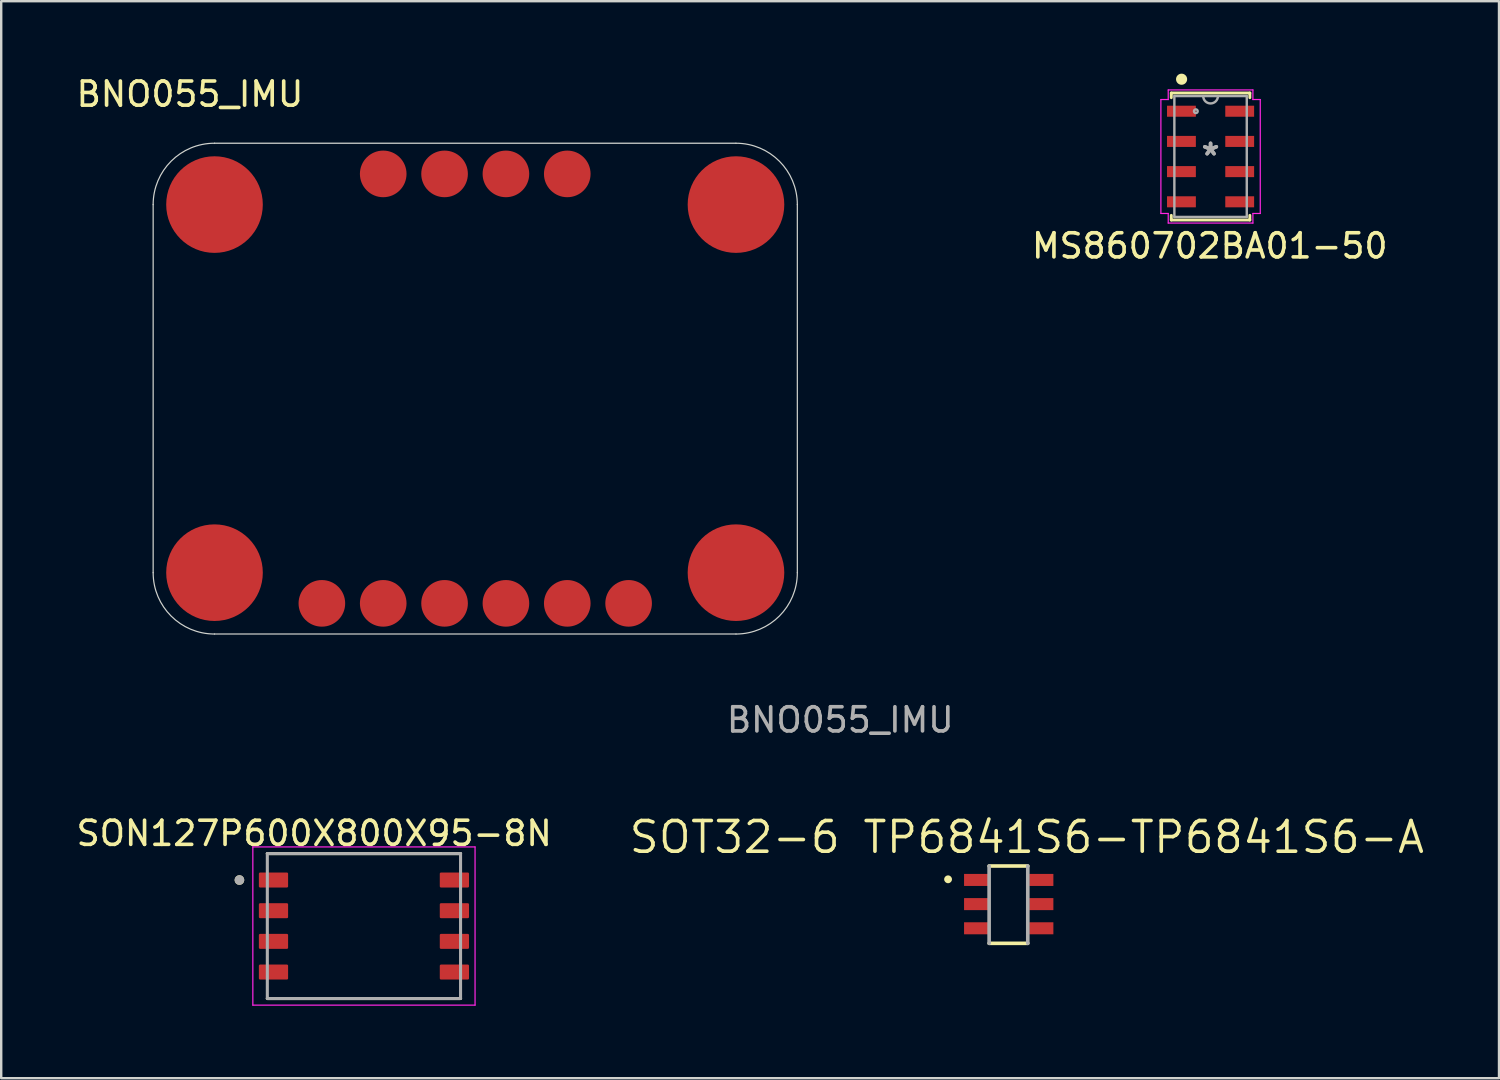
<source format=kicad_pcb>
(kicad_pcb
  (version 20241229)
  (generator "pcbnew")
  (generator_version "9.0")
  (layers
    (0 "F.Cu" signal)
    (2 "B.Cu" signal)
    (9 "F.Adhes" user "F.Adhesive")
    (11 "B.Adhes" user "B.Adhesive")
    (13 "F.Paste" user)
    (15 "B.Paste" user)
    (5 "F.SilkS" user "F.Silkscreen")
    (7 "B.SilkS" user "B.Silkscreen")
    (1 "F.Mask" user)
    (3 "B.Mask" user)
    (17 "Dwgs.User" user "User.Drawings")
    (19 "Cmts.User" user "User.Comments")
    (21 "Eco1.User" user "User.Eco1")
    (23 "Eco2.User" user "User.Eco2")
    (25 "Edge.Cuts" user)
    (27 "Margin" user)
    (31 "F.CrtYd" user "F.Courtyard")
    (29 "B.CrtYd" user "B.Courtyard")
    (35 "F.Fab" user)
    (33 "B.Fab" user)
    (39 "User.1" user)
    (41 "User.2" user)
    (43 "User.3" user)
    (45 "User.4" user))
  (footprint "SON127P600X800X95-8N"
    (layer "F.Cu")
    (at 12.018 35.29)
    (property "Reference" "SON127P600X800X95-8N" (at -2.06 -3.837 0) (layer "F.SilkS") (effects (font (size 1 1) (thickness 0.15))))
    (attr smd)
    (fp_line (start -4 -3) (end 4 -3) (stroke (width 0.127) (type solid)) (layer "F.SilkS"))
    (fp_line (start -4 3) (end 4 3) (stroke (width 0.127) (type solid)) (layer "F.SilkS"))
    (fp_circle (center -5.155 -1.905) (end -5.055 -1.905) (stroke (width 0.2) (type solid)) (fill no) (layer "F.SilkS"))
    (fp_line (start -4.6 -3.275) (end -4.6 3.275) (stroke (width 0.05) (type solid)) (layer "F.CrtYd"))
    (fp_line (start -4.6 -3.275) (end 4.6 -3.275) (stroke (width 0.05) (type solid)) (layer "F.CrtYd"))
    (fp_line (start -4.6 3.275) (end 4.6 3.275) (stroke (width 0.05) (type solid)) (layer "F.CrtYd"))
    (fp_line (start 4.6 -3.275) (end 4.6 3.275) (stroke (width 0.05) (type solid)) (layer "F.CrtYd"))
    (fp_line (start -4 -3) (end -4 3) (stroke (width 0.127) (type solid)) (layer "F.Fab"))
    (fp_line (start -4 -3) (end 4 -3) (stroke (width 0.127) (type solid)) (layer "F.Fab"))
    (fp_line (start -4 3) (end 4 3) (stroke (width 0.127) (type solid)) (layer "F.Fab"))
    (fp_line (start 4 -3) (end 4 3) (stroke (width 0.127) (type solid)) (layer "F.Fab"))
    (fp_circle (center -5.155 -1.905) (end -5.055 -1.905) (stroke (width 0.2) (type solid)) (fill no) (layer "F.Fab"))
    (pad "1" smd roundrect (at -3.745 -1.905) (size 1.21 0.62) (layers "F.Cu" "F.Mask" "F.Paste") (roundrect_rratio 0.08))
    (pad "2" smd roundrect (at -3.745 -0.635) (size 1.21 0.62) (layers "F.Cu" "F.Mask" "F.Paste") (roundrect_rratio 0.08))
    (pad "3" smd roundrect (at -3.745 0.635) (size 1.21 0.62) (layers "F.Cu" "F.Mask" "F.Paste") (roundrect_rratio 0.08))
    (pad "4" smd roundrect (at -3.745 1.905) (size 1.21 0.62) (layers "F.Cu" "F.Mask" "F.Paste") (roundrect_rratio 0.08))
    (pad "5" smd roundrect (at 3.745 1.905) (size 1.21 0.62) (layers "F.Cu" "F.Mask" "F.Paste") (roundrect_rratio 0.08))
    (pad "6" smd roundrect (at 3.745 0.635) (size 1.21 0.62) (layers "F.Cu" "F.Mask" "F.Paste") (roundrect_rratio 0.08))
    (pad "7" smd roundrect (at 3.745 -0.635) (size 1.21 0.62) (layers "F.Cu" "F.Mask" "F.Paste") (roundrect_rratio 0.08))
    (pad "8" smd roundrect (at 3.745 -1.905) (size 1.21 0.62) (layers "F.Cu" "F.Mask" "F.Paste") (roundrect_rratio 0.08)))
  (footprint "SOT32-6 TP6841S6-TP6841S6-A"
    (layer "F.Cu")
    (at 38.702 34.405)
    (property "Reference" "SOT32-6 TP6841S6-TP6841S6-A" (at 0.762 -2.794 0) (layer "F.SilkS") (effects (font (size 1.27 1.27) (thickness 0.15))))
    (attr smd)
    (fp_line (start 0.8 -1.6) (end -0.8 -1.6) (stroke (width 0.15) (type solid)) (layer "F.SilkS"))
    (fp_line (start 0.8 1.6) (end -0.8 1.6) (stroke (width 0.15) (type solid)) (layer "F.SilkS"))
    (fp_circle (center -2.5 -1.05) (end -2.388 -1.05) (stroke (width 0.1) (type solid)) (fill yes) (layer "F.SilkS"))
    (fp_line (start -0.8 -1.6) (end -0.8 1.6) (stroke (width 0.15) (type default)) (layer "F.Fab"))
    (fp_line (start 0.8 1.6) (end 0.8 -1.6) (stroke (width 0.15) (type default)) (layer "F.Fab"))
    (pad "BST" smd rect (at -1.339 -1.024 90) (size 0.498 0.998) (layers "F.Cu" "F.Mask" "F.Paste"))
    (pad "EN" smd rect (at 1.361 0.978 90) (size 0.498 0.998) (layers "F.Cu" "F.Mask" "F.Paste"))
    (pad "FB" smd rect (at -1.339 0.978 90) (size 0.498 0.998) (layers "F.Cu" "F.Mask" "F.Paste"))
    (pad "GND" smd rect (at -1.339 -0.023 90) (size 0.498 0.998) (layers "F.Cu" "F.Mask" "F.Paste"))
    (pad "SW" smd rect (at 1.361 -1.024 90) (size 0.498 0.998) (layers "F.Cu" "F.Mask" "F.Paste"))
    (pad "VIN" smd rect (at 1.361 -0.023 90) (size 0.498 0.998) (layers "F.Cu" "F.Mask" "F.Paste")))
  (footprint "MS860702BA01-50"
    (layer "F.Cu")
    (at 47.07 3.43)
    (property "Reference" "MS860702BA01-50" (at -0.033 3.7 0) (layer "F.SilkS") (effects (font (size 1 1) (thickness 0.15))))
    (attr through_hole)
    (fp_line (start -1.626 -2.629) (end -1.626 -2.436) (stroke (width 0.12) (type solid)) (layer "F.SilkS"))
    (fp_line (start -1.626 2.436) (end -1.626 2.629) (stroke (width 0.12) (type solid)) (layer "F.SilkS"))
    (fp_line (start -1.626 2.629) (end 1.626 2.629) (stroke (width 0.12) (type solid)) (layer "F.SilkS"))
    (fp_line (start 1.626 -2.629) (end -1.626 -2.629) (stroke (width 0.12) (type solid)) (layer "F.SilkS"))
    (fp_line (start 1.626 -2.436) (end 1.626 -2.629) (stroke (width 0.12) (type solid)) (layer "F.SilkS"))
    (fp_line (start 1.626 2.629) (end 1.626 2.436) (stroke (width 0.12) (type solid)) (layer "F.SilkS"))
    (fp_circle (center -1.2 -3.2) (end -1.02 -3.2) (stroke (width 0.1) (type solid)) (fill yes) (layer "F.SilkS"))
    (fp_line (start -2.057 -2.358) (end -1.753 -2.358) (stroke (width 0.05) (type solid)) (layer "F.CrtYd"))
    (fp_line (start -2.057 2.358) (end -2.057 -2.358) (stroke (width 0.05) (type solid)) (layer "F.CrtYd"))
    (fp_line (start -2.057 2.358) (end -1.753 2.358) (stroke (width 0.05) (type solid)) (layer "F.CrtYd"))
    (fp_line (start -1.753 -2.756) (end 1.753 -2.756) (stroke (width 0.05) (type solid)) (layer "F.CrtYd"))
    (fp_line (start -1.753 -2.358) (end -1.753 -2.756) (stroke (width 0.05) (type solid)) (layer "F.CrtYd"))
    (fp_line (start -1.753 2.756) (end -1.753 2.358) (stroke (width 0.05) (type solid)) (layer "F.CrtYd"))
    (fp_line (start 1.753 -2.756) (end 1.753 -2.358) (stroke (width 0.05) (type solid)) (layer "F.CrtYd"))
    (fp_line (start 1.753 2.358) (end 1.753 2.756) (stroke (width 0.05) (type solid)) (layer "F.CrtYd"))
    (fp_line (start 1.753 2.756) (end -1.753 2.756) (stroke (width 0.05) (type solid)) (layer "F.CrtYd"))
    (fp_line (start 2.057 -2.358) (end 1.753 -2.358) (stroke (width 0.05) (type solid)) (layer "F.CrtYd"))
    (fp_line (start 2.057 -2.358) (end 2.057 2.358) (stroke (width 0.05) (type solid)) (layer "F.CrtYd"))
    (fp_line (start 2.057 2.358) (end 1.753 2.358) (stroke (width 0.05) (type solid)) (layer "F.CrtYd"))
    (fp_line (start -1.499 -2.502) (end -1.499 2.502) (stroke (width 0.1) (type solid)) (layer "F.Fab"))
    (fp_line (start -1.499 2.502) (end 1.499 2.502) (stroke (width 0.1) (type solid)) (layer "F.Fab"))
    (fp_line (start 1.499 -2.502) (end -1.499 -2.502) (stroke (width 0.1) (type solid)) (layer "F.Fab"))
    (fp_line (start 1.499 2.502) (end 1.499 -2.502) (stroke (width 0.1) (type solid)) (layer "F.Fab"))
    (fp_arc (start 0.3048 -2.5019) (mid 0 -2.1971) (end -0.3048 -2.5019) (stroke (width 0.1) (type solid)) (layer "F.Fab"))
    (fp_circle (center -0.61 -1.875) (end -0.533 -1.875) (stroke (width 0.1) (type solid)) (fill no) (layer "F.Fab"))
    (fp_text user "*" (at 0 0 0) (layer "F.Fab") (effects (font (size 1 1) (thickness 0.15))))
    (fp_text user "*" (at 0 0 0) (layer "F.Fab") (effects (font (size 1 1) (thickness 0.15))))
    (pad "1" smd rect (at -1.206 -1.875) (size 1.194 0.457) (layers "F.Cu" "F.Mask" "F.Paste"))
    (pad "2" smd rect (at -1.206 -0.625) (size 1.194 0.457) (layers "F.Cu" "F.Mask" "F.Paste"))
    (pad "3" smd rect (at -1.206 0.625) (size 1.194 0.457) (layers "F.Cu" "F.Mask" "F.Paste"))
    (pad "4" smd rect (at -1.206 1.875) (size 1.194 0.457) (layers "F.Cu" "F.Mask" "F.Paste"))
    (pad "5" smd rect (at 1.206 1.875) (size 1.194 0.457) (layers "F.Cu" "F.Mask" "F.Paste"))
    (pad "6" smd rect (at 1.206 0.625) (size 1.194 0.457) (layers "F.Cu" "F.Mask" "F.Paste"))
    (pad "7" smd rect (at 1.206 -0.625) (size 1.194 0.457) (layers "F.Cu" "F.Mask" "F.Paste"))
    (pad "8" smd rect (at 1.206 -1.875) (size 1.194 0.457) (layers "F.Cu" "F.Mask" "F.Paste")))
  (footprint "BNO055_IMU"
    (layer "F.Cu")
    (at 18.023 14.056)
    (property "Reference" "BNO055_IMU" (at -13.208 -13.208 0) (unlocked yes) (layer "F.SilkS") (effects (font (size 1 1) (thickness 0.15))))
    (attr through_hole)
    (fp_line (start -14.732 6.604) (end -14.732 -8.636) (stroke (width 0.05) (type solid)) (layer "Edge.Cuts"))
    (fp_line (start -12.192 -11.176) (end 9.398 -11.176) (stroke (width 0.05) (type solid)) (layer "Edge.Cuts"))
    (fp_line (start 9.398 9.144) (end -12.192 9.144) (stroke (width 0.05) (type solid)) (layer "Edge.Cuts"))
    (fp_line (start 11.938 -8.636) (end 11.938 6.604) (stroke (width 0.05) (type solid)) (layer "Edge.Cuts"))
    (fp_arc (start -14.732 -8.636) (mid -13.988051 -10.432051) (end -12.192 -11.176) (stroke (width 0.05) (type solid)) (layer "Edge.Cuts"))
    (fp_arc (start -12.192 9.144) (mid -13.988051 8.400051) (end -14.732 6.604) (stroke (width 0.05) (type solid)) (layer "Edge.Cuts"))
    (fp_arc (start 9.398 -11.176) (mid 11.194051 -10.432051) (end 11.938 -8.636) (stroke (width 0.05) (type solid)) (layer "Edge.Cuts"))
    (fp_arc (start 11.938 6.604) (mid 11.194051 8.400051) (end 9.398 9.144) (stroke (width 0.05) (type solid)) (layer "Edge.Cuts"))
    (fp_text user "${REFERENCE}" (at 13.716 12.7 0) (unlocked yes) (layer "F.Fab") (effects (font (size 1 1) (thickness 0.15))))
    (pad "1" smd circle (at -7.747 7.874 90) (size 1.93 1.93) (layers "F.Cu" "F.Mask" "F.Paste"))
    (pad "1" smd circle (at -5.207 -9.906 90) (size 1.93 1.93) (layers "F.Cu" "F.Mask" "F.Paste"))
    (pad "2" smd circle (at -5.207 7.874 90) (size 1.93 1.93) (layers "F.Cu" "F.Mask" "F.Paste"))
    (pad "2" smd circle (at -2.667 -9.906 90) (size 1.93 1.93) (layers "F.Cu" "F.Mask" "F.Paste"))
    (pad "3" smd circle (at -2.667 7.874 90) (size 1.93 1.93) (layers "F.Cu" "F.Mask" "F.Paste"))
    (pad "3" smd circle (at -0.127 -9.906 90) (size 1.93 1.93) (layers "F.Cu" "F.Mask" "F.Paste"))
    (pad "4" smd circle (at -0.127 7.874 90) (size 1.93 1.93) (layers "F.Cu" "F.Mask" "F.Paste"))
    (pad "4" smd circle (at 2.413 -9.906 90) (size 1.93 1.93) (layers "F.Cu" "F.Mask" "F.Paste"))
    (pad "5" smd circle (at 2.413 7.874 90) (size 1.93 1.93) (layers "F.Cu" "F.Mask" "F.Paste"))
    (pad "6" smd circle (at 4.953 7.874 90) (size 1.93 1.93) (layers "F.Cu" "F.Mask" "F.Paste"))
    (pad "P$1" smd circle (at -12.192 -8.636) (size 4 4) (layers "F.Cu" "F.Mask" "F.Paste"))
    (pad "P$1" smd circle (at -12.192 6.604) (size 4 4) (layers "F.Cu" "F.Mask" "F.Paste"))
    (pad "P$1" smd circle (at 9.398 -8.636) (size 4 4) (layers "F.Cu" "F.Mask" "F.Paste"))
    (pad "P$1" smd circle (at 9.398 6.604) (size 4 4) (layers "F.Cu" "F.Mask" "F.Paste")))
  (gr_rect
    (start -3 -3)
    (end 59.012 41.59)
    (stroke (width 0.1) (type default))
    (fill no)
    (layer "Edge.Cuts")))
</source>
